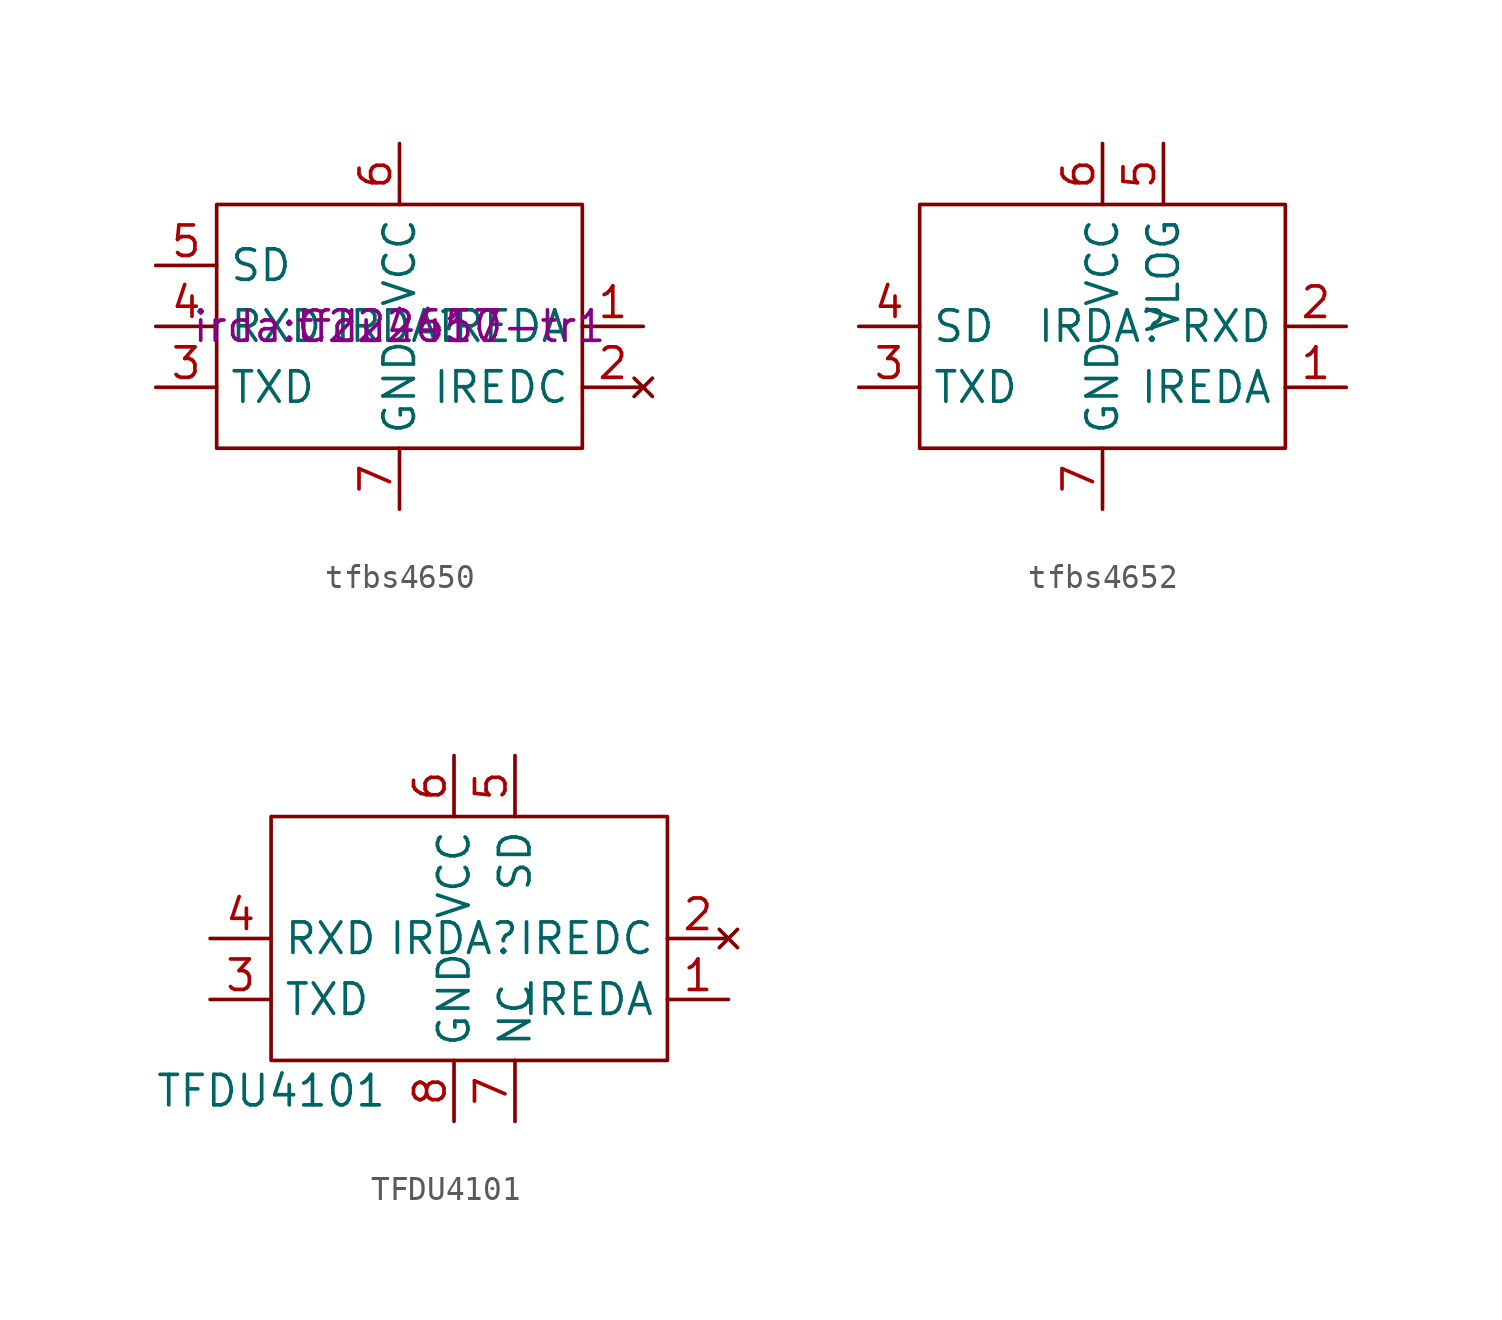
<source format=kicad_sym>
(kicad_symbol_lib
  (version 20220914)
  (generator kicad_symbol_editor)
  (symbol "tfbs4650"
    (property "Reference" "IRDA"
      (at 0 0 0)
      (effects (font (size 1.27 1.27))))
    (property "Value" ""
      (at 0 0 0)
      (effects (font (size 1.27 1.27))))
    (property "LCSC" "C222417"
      (at 0 0 0)
      (effects (font (size 1.27 1.27))))
    (property "P/N" "irda:tfdu4650-tr1"
      (at 0 0 0)
      (effects (font (size 1.27 1.27))))
    (symbol "tfbs4650_0_1"
      (rectangle (start -7.62 5.08) (end 7.62 -5.08) (stroke (width 0) (type default)) (fill (type none))))
    (symbol "tfbs4650_1_1"
      (pin power_in line (at 10.16 0 180) (length 2.54) (name "IREDA" (effects (font (size 1.27 1.27)))) (number "1" (effects (font (size 1.27 1.27)))))
      (pin no_connect line (at 10.16 -2.54 180) (length 2.54) (name "IREDC" (effects (font (size 1.27 1.27)))) (number "2" (effects (font (size 1.27 1.27)))))
      (pin input line (at -10.16 -2.54 0) (length 2.54) (name "TXD" (effects (font (size 1.27 1.27)))) (number "3" (effects (font (size 1.27 1.27)))))
      (pin output line (at -10.16 0 0) (length 2.54) (name "RXD" (effects (font (size 1.27 1.27)))) (number "4" (effects (font (size 1.27 1.27)))))
      (pin input line (at -10.16 2.54 0) (length 2.54) (name "SD" (effects (font (size 1.27 1.27)))) (number "5" (effects (font (size 1.27 1.27)))))
      (pin power_in line (at 0 7.62 270) (length 2.54) (name "VCC" (effects (font (size 1.27 1.27)))) (number "6" (effects (font (size 1.27 1.27)))))
      (pin power_in line (at 0 -7.62 90) (length 2.54) (name "GND" (effects (font (size 1.27 1.27)))) (number "7" (effects (font (size 1.27 1.27)))))))
  (symbol "tfbs4652"
    (property "Reference" "IRDA"
      (at 0 0 0)
      (effects (font (size 1.27 1.27))))
    (property "Value" ""
      (at 0 0 0)
      (effects (font (size 1.27 1.27))))
    (symbol "tfbs4652_0_1"
      (rectangle (start -7.62 5.08) (end 7.62 -5.08) (stroke (width 0) (type default)) (fill (type none))))
    (symbol "tfbs4652_1_1"
      (pin power_in line (at 10.16 -2.54 180) (length 2.54) (name "IREDA" (effects (font (size 1.27 1.27)))) (number "1" (effects (font (size 1.27 1.27)))))
      (pin output line (at 10.16 0 180) (length 2.54) (name "RXD" (effects (font (size 1.27 1.27)))) (number "2" (effects (font (size 1.27 1.27)))))
      (pin input line (at -10.16 -2.54 0) (length 2.54) (name "TXD" (effects (font (size 1.27 1.27)))) (number "3" (effects (font (size 1.27 1.27)))))
      (pin input line (at -10.16 0 0) (length 2.54) (name "SD" (effects (font (size 1.27 1.27)))) (number "4" (effects (font (size 1.27 1.27)))))
      (pin power_in line (at 2.54 7.62 270) (length 2.54) (name "VLOG" (effects (font (size 1.27 1.27)))) (number "5" (effects (font (size 1.27 1.27)))))
      (pin power_in line (at 0 7.62 270) (length 2.54) (name "VCC" (effects (font (size 1.27 1.27)))) (number "6" (effects (font (size 1.27 1.27)))))
      (pin power_in line (at 0 -7.62 90) (length 2.54) (name "GND" (effects (font (size 1.27 1.27)))) (number "7" (effects (font (size 1.27 1.27)))))))
  (symbol "TFDU4101"
    (property "Reference" "IRDA"
      (at 0 0 0)
      (effects (font (size 1.27 1.27))))
    (property "Value" "TFDU4101"
      (at -7.62 -6.35 0)
      (effects (font (size 1.27 1.27))))
    (symbol "TFDU4101_0_1"
      (rectangle (start -7.62 5.08) (end 8.89 -5.08) (stroke (width 0) (type default)) (fill (type none))))
    (symbol "TFDU4101_1_1"
      (pin power_in line (at 11.43 -2.54 180) (length 2.54) (name "IREDA" (effects (font (size 1.27 1.27)))) (number "1" (effects (font (size 1.27 1.27)))))
      (pin no_connect line (at 11.43 0 180) (length 2.54) (name "IREDC" (effects (font (size 1.27 1.27)))) (number "2" (effects (font (size 1.27 1.27)))))
      (pin input line (at -10.16 -2.54 0) (length 2.54) (name "TXD" (effects (font (size 1.27 1.27)))) (number "3" (effects (font (size 1.27 1.27)))))
      (pin output line (at -10.16 0 0) (length 2.54) (name "RXD" (effects (font (size 1.27 1.27)))) (number "4" (effects (font (size 1.27 1.27)))))
      (pin input line (at 2.54 7.62 270) (length 2.54) (name "SD" (effects (font (size 1.27 1.27)))) (number "5" (effects (font (size 1.27 1.27)))))
      (pin power_in line (at 0 7.62 270) (length 2.54) (name "VCC" (effects (font (size 1.27 1.27)))) (number "6" (effects (font (size 1.27 1.27)))))
      (pin unspecified line (at 2.54 -7.62 90) (length 2.54) (name "NC" (effects (font (size 1.27 1.27)))) (number "7" (effects (font (size 1.27 1.27)))))
      (pin power_in line (at 0 -7.62 90) (length 2.54) (name "GND" (effects (font (size 1.27 1.27)))) (number "8" (effects (font (size 1.27 1.27))))))))
</source>
